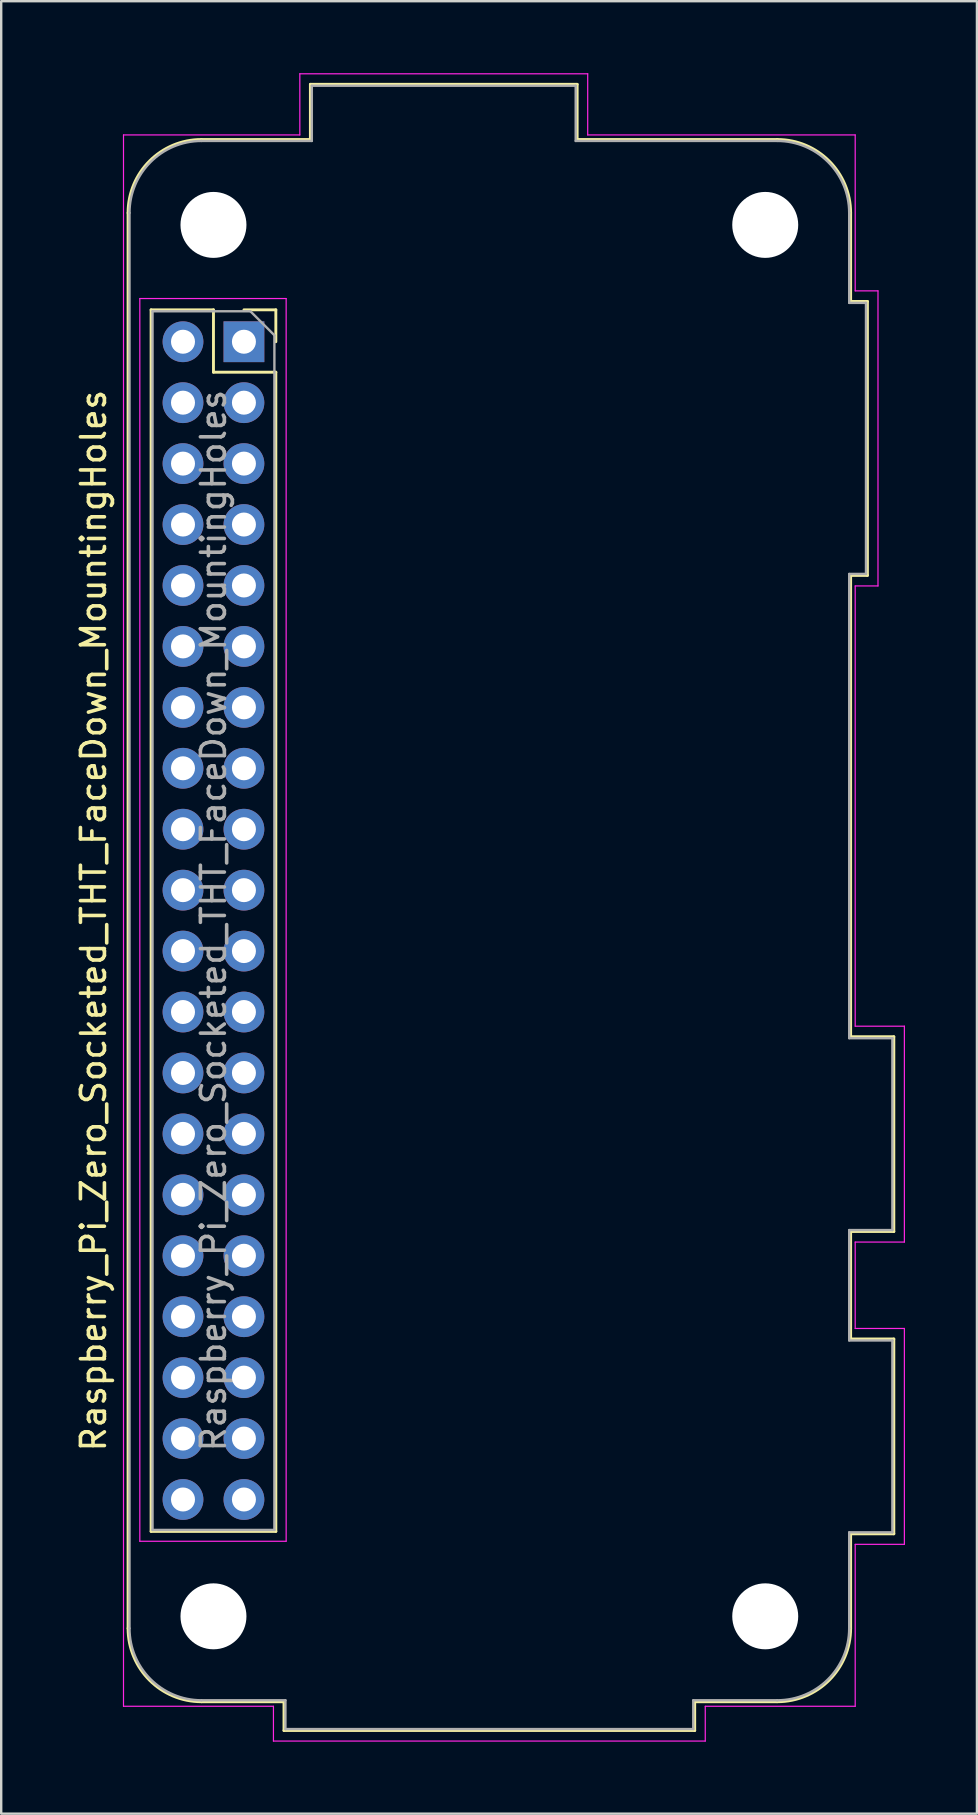
<source format=kicad_pcb>
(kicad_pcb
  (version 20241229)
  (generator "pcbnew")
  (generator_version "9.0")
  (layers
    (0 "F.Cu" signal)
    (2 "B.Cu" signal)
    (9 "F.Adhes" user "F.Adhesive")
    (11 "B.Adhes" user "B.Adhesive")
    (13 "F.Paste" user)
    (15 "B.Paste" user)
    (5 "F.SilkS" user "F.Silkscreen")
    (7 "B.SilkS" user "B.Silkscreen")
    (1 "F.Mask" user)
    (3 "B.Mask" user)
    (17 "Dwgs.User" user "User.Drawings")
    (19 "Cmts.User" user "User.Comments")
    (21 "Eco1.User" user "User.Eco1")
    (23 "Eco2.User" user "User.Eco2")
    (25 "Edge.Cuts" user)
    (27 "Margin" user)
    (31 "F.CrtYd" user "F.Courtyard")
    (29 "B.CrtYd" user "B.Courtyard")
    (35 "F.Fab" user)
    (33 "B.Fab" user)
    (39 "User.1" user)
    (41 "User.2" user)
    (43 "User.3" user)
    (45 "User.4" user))
  (footprint "Raspberry_Pi_Zero_Socketed_THT_FaceDown_MountingHoles"
    (layer "F.Cu")
    (at 7.118 11.195)
    (property "Reference" "Raspberry_Pi_Zero_Socketed_THT_FaceDown_MountingHoles" (at -6.27 24.13 90) (layer "F.SilkS") (effects (font (size 1 1) (thickness 0.15))))
    (attr through_hole)
    (fp_line (start -4.83 53.63) (end -4.83 -5.37) (stroke (width 0.12) (type solid)) (layer "F.SilkS"))
    (fp_line (start -3.87 -1.33) (end -3.87 49.59) (stroke (width 0.12) (type solid)) (layer "F.SilkS"))
    (fp_line (start -3.87 -1.33) (end -1.27 -1.33) (stroke (width 0.12) (type solid)) (layer "F.SilkS"))
    (fp_line (start -3.87 49.59) (end 1.33 49.59) (stroke (width 0.12) (type solid)) (layer "F.SilkS"))
    (fp_line (start -1.77 -8.43) (end 2.77 -8.43) (stroke (width 0.12) (type solid)) (layer "F.SilkS"))
    (fp_line (start -1.27 -1.33) (end -1.27 1.27) (stroke (width 0.12) (type solid)) (layer "F.SilkS"))
    (fp_line (start -1.27 1.27) (end 1.33 1.27) (stroke (width 0.12) (type solid)) (layer "F.SilkS"))
    (fp_line (start 0 -1.33) (end 1.33 -1.33) (stroke (width 0.12) (type solid)) (layer "F.SilkS"))
    (fp_line (start 1.33 -1.33) (end 1.33 0) (stroke (width 0.12) (type solid)) (layer "F.SilkS"))
    (fp_line (start 1.33 1.27) (end 1.33 49.59) (stroke (width 0.12) (type solid)) (layer "F.SilkS"))
    (fp_line (start 1.67 56.69) (end -1.77 56.69) (stroke (width 0.12) (type solid)) (layer "F.SilkS"))
    (fp_line (start 1.67 56.69) (end 1.67 57.89) (stroke (width 0.12) (type solid)) (layer "F.SilkS"))
    (fp_line (start 1.67 57.89) (end 18.79 57.89) (stroke (width 0.12) (type solid)) (layer "F.SilkS"))
    (fp_line (start 2.77 -8.43) (end 2.77 -10.73) (stroke (width 0.12) (type solid)) (layer "F.SilkS"))
    (fp_line (start 13.89 -10.73) (end 2.77 -10.73) (stroke (width 0.12) (type solid)) (layer "F.SilkS"))
    (fp_line (start 13.89 -8.43) (end 13.89 -10.73) (stroke (width 0.12) (type solid)) (layer "F.SilkS"))
    (fp_line (start 18.79 56.69) (end 22.23 56.69) (stroke (width 0.12) (type solid)) (layer "F.SilkS"))
    (fp_line (start 18.79 57.89) (end 18.79 56.69) (stroke (width 0.12) (type solid)) (layer "F.SilkS"))
    (fp_line (start 22.23 -8.43) (end 13.89 -8.43) (stroke (width 0.12) (type solid)) (layer "F.SilkS"))
    (fp_line (start 25.29 -1.68) (end 25.29 -5.37) (stroke (width 0.12) (type solid)) (layer "F.SilkS"))
    (fp_line (start 25.29 9.74) (end 25.99 9.74) (stroke (width 0.12) (type solid)) (layer "F.SilkS"))
    (fp_line (start 25.29 28.97) (end 25.29 9.74) (stroke (width 0.12) (type solid)) (layer "F.SilkS"))
    (fp_line (start 25.29 37.09) (end 27.09 37.09) (stroke (width 0.12) (type solid)) (layer "F.SilkS"))
    (fp_line (start 25.29 41.57) (end 25.29 37.09) (stroke (width 0.12) (type solid)) (layer "F.SilkS"))
    (fp_line (start 25.29 49.69) (end 27.09 49.69) (stroke (width 0.12) (type solid)) (layer "F.SilkS"))
    (fp_line (start 25.29 53.63) (end 25.29 49.69) (stroke (width 0.12) (type solid)) (layer "F.SilkS"))
    (fp_line (start 25.99 -1.68) (end 25.29 -1.68) (stroke (width 0.12) (type solid)) (layer "F.SilkS"))
    (fp_line (start 25.99 9.74) (end 25.99 -1.68) (stroke (width 0.12) (type solid)) (layer "F.SilkS"))
    (fp_line (start 27.09 28.97) (end 25.29 28.97) (stroke (width 0.12) (type solid)) (layer "F.SilkS"))
    (fp_line (start 27.09 37.09) (end 27.09 28.97) (stroke (width 0.12) (type solid)) (layer "F.SilkS"))
    (fp_line (start 27.09 41.57) (end 25.29 41.57) (stroke (width 0.12) (type solid)) (layer "F.SilkS"))
    (fp_line (start 27.09 49.69) (end 27.09 41.57) (stroke (width 0.12) (type solid)) (layer "F.SilkS"))
    (fp_arc (start -4.83 -5.37) (mid -3.933747 -7.533747) (end -1.77 -8.43) (stroke (width 0.12) (type solid)) (layer "F.SilkS"))
    (fp_arc (start -1.77 56.69) (mid -3.933747 55.793747) (end -4.83 53.63) (stroke (width 0.12) (type solid)) (layer "F.SilkS"))
    (fp_arc (start 22.23 -8.43) (mid 24.393747 -7.533747) (end 25.29 -5.37) (stroke (width 0.12) (type solid)) (layer "F.SilkS"))
    (fp_arc (start 25.29 53.63) (mid 24.393747 55.793747) (end 22.23 56.69) (stroke (width 0.12) (type solid)) (layer "F.SilkS"))
    (fp_line (start -5.02 -8.62) (end 2.33 -8.62) (stroke (width 0.05) (type solid)) (layer "F.CrtYd"))
    (fp_line (start -5.02 56.88) (end -5.02 -8.62) (stroke (width 0.05) (type solid)) (layer "F.CrtYd"))
    (fp_line (start -5.02 56.88) (end 1.23 56.88) (stroke (width 0.05) (type solid)) (layer "F.CrtYd"))
    (fp_line (start -4.34 -1.8) (end 1.76 -1.8) (stroke (width 0.05) (type solid)) (layer "F.CrtYd"))
    (fp_line (start -4.34 50) (end -4.34 -1.8) (stroke (width 0.05) (type solid)) (layer "F.CrtYd"))
    (fp_line (start 1.23 58.33) (end 1.23 56.88) (stroke (width 0.05) (type solid)) (layer "F.CrtYd"))
    (fp_line (start 1.76 -1.8) (end 1.76 50) (stroke (width 0.05) (type solid)) (layer "F.CrtYd"))
    (fp_line (start 1.76 50) (end -4.34 50) (stroke (width 0.05) (type solid)) (layer "F.CrtYd"))
    (fp_line (start 2.33 -8.62) (end 2.33 -11.17) (stroke (width 0.05) (type solid)) (layer "F.CrtYd"))
    (fp_line (start 14.33 -11.17) (end 2.33 -11.17) (stroke (width 0.05) (type solid)) (layer "F.CrtYd"))
    (fp_line (start 14.33 -8.62) (end 14.33 -11.17) (stroke (width 0.05) (type solid)) (layer "F.CrtYd"))
    (fp_line (start 19.23 56.88) (end 25.48 56.88) (stroke (width 0.05) (type solid)) (layer "F.CrtYd"))
    (fp_line (start 19.23 58.33) (end 1.23 58.33) (stroke (width 0.05) (type solid)) (layer "F.CrtYd"))
    (fp_line (start 19.23 58.33) (end 19.23 56.88) (stroke (width 0.05) (type solid)) (layer "F.CrtYd"))
    (fp_line (start 25.48 -8.62) (end 14.33 -8.62) (stroke (width 0.05) (type solid)) (layer "F.CrtYd"))
    (fp_line (start 25.48 -2.12) (end 25.48 -8.62) (stroke (width 0.05) (type solid)) (layer "F.CrtYd"))
    (fp_line (start 25.48 28.53) (end 25.48 10.18) (stroke (width 0.05) (type solid)) (layer "F.CrtYd"))
    (fp_line (start 25.48 37.53) (end 25.48 41.13) (stroke (width 0.05) (type solid)) (layer "F.CrtYd"))
    (fp_line (start 25.48 50.13) (end 25.48 56.88) (stroke (width 0.05) (type solid)) (layer "F.CrtYd"))
    (fp_line (start 26.43 -2.12) (end 25.48 -2.12) (stroke (width 0.05) (type solid)) (layer "F.CrtYd"))
    (fp_line (start 26.43 -2.12) (end 26.43 10.18) (stroke (width 0.05) (type solid)) (layer "F.CrtYd"))
    (fp_line (start 26.43 10.18) (end 25.48 10.18) (stroke (width 0.05) (type solid)) (layer "F.CrtYd"))
    (fp_line (start 27.53 28.53) (end 25.48 28.53) (stroke (width 0.05) (type solid)) (layer "F.CrtYd"))
    (fp_line (start 27.53 37.53) (end 25.48 37.53) (stroke (width 0.05) (type solid)) (layer "F.CrtYd"))
    (fp_line (start 27.53 37.53) (end 27.53 28.53) (stroke (width 0.05) (type solid)) (layer "F.CrtYd"))
    (fp_line (start 27.53 41.13) (end 25.48 41.13) (stroke (width 0.05) (type solid)) (layer "F.CrtYd"))
    (fp_line (start 27.53 50.13) (end 25.48 50.13) (stroke (width 0.05) (type solid)) (layer "F.CrtYd"))
    (fp_line (start 27.53 50.13) (end 27.53 41.13) (stroke (width 0.05) (type solid)) (layer "F.CrtYd"))
    (fp_line (start -4.77 53.63) (end -4.77 -5.37) (stroke (width 0.1) (type solid)) (layer "F.Fab"))
    (fp_line (start -3.81 -1.27) (end 0.27 -1.27) (stroke (width 0.1) (type solid)) (layer "F.Fab"))
    (fp_line (start -3.81 49.53) (end -3.81 -1.27) (stroke (width 0.1) (type solid)) (layer "F.Fab"))
    (fp_line (start -1.77 -8.37) (end 2.83 -8.37) (stroke (width 0.1) (type solid)) (layer "F.Fab"))
    (fp_line (start -1.77 56.63) (end 1.73 56.63) (stroke (width 0.1) (type solid)) (layer "F.Fab"))
    (fp_line (start 0.27 -1.27) (end 1.27 -0.27) (stroke (width 0.1) (type solid)) (layer "F.Fab"))
    (fp_line (start 1.27 -0.27) (end 1.27 49.53) (stroke (width 0.1) (type solid)) (layer "F.Fab"))
    (fp_line (start 1.27 49.53) (end -3.81 49.53) (stroke (width 0.1) (type solid)) (layer "F.Fab"))
    (fp_line (start 1.73 56.63) (end 1.73 57.83) (stroke (width 0.1) (type solid)) (layer "F.Fab"))
    (fp_line (start 1.73 57.83) (end 18.73 57.83) (stroke (width 0.1) (type solid)) (layer "F.Fab"))
    (fp_line (start 2.83 -8.37) (end 2.83 -10.67) (stroke (width 0.1) (type solid)) (layer "F.Fab"))
    (fp_line (start 13.83 -10.67) (end 2.83 -10.67) (stroke (width 0.1) (type solid)) (layer "F.Fab"))
    (fp_line (start 13.83 -10.67) (end 13.83 -8.37) (stroke (width 0.1) (type solid)) (layer "F.Fab"))
    (fp_line (start 13.83 -8.37) (end 22.23 -8.37) (stroke (width 0.1) (type solid)) (layer "F.Fab"))
    (fp_line (start 18.73 56.63) (end 18.73 57.83) (stroke (width 0.1) (type solid)) (layer "F.Fab"))
    (fp_line (start 22.23 56.63) (end 18.73 56.63) (stroke (width 0.1) (type solid)) (layer "F.Fab"))
    (fp_line (start 25.23 -1.62) (end 25.23 -5.37) (stroke (width 0.1) (type solid)) (layer "F.Fab"))
    (fp_line (start 25.23 -1.62) (end 25.93 -1.62) (stroke (width 0.1) (type solid)) (layer "F.Fab"))
    (fp_line (start 25.23 9.68) (end 25.93 9.68) (stroke (width 0.1) (type solid)) (layer "F.Fab"))
    (fp_line (start 25.23 29.03) (end 25.23 9.68) (stroke (width 0.1) (type solid)) (layer "F.Fab"))
    (fp_line (start 25.23 37.03) (end 27.03 37.03) (stroke (width 0.1) (type solid)) (layer "F.Fab"))
    (fp_line (start 25.23 41.63) (end 25.23 37.03) (stroke (width 0.1) (type solid)) (layer "F.Fab"))
    (fp_line (start 25.23 49.63) (end 25.23 53.63) (stroke (width 0.1) (type solid)) (layer "F.Fab"))
    (fp_line (start 25.23 49.63) (end 27.03 49.63) (stroke (width 0.1) (type solid)) (layer "F.Fab"))
    (fp_line (start 25.93 9.68) (end 25.93 -1.62) (stroke (width 0.1) (type solid)) (layer "F.Fab"))
    (fp_line (start 27.03 29.03) (end 25.23 29.03) (stroke (width 0.1) (type solid)) (layer "F.Fab"))
    (fp_line (start 27.03 37.03) (end 27.03 29.03) (stroke (width 0.1) (type solid)) (layer "F.Fab"))
    (fp_line (start 27.03 41.63) (end 25.23 41.63) (stroke (width 0.1) (type solid)) (layer "F.Fab"))
    (fp_line (start 27.03 49.63) (end 27.03 41.63) (stroke (width 0.1) (type solid)) (layer "F.Fab"))
    (fp_arc (start -4.77 -5.37) (mid -3.89132 -7.49132) (end -1.77 -8.37) (stroke (width 0.1) (type solid)) (layer "F.Fab"))
    (fp_arc (start -1.77 56.63) (mid -3.89132 55.75132) (end -4.77 53.63) (stroke (width 0.1) (type solid)) (layer "F.Fab"))
    (fp_arc (start 22.23 -8.37) (mid 24.35132 -7.49132) (end 25.23 -5.37) (stroke (width 0.1) (type solid)) (layer "F.Fab"))
    (fp_arc (start 25.23 53.63) (mid 24.35132 55.75132) (end 22.23 56.63) (stroke (width 0.1) (type solid)) (layer "F.Fab"))
    (fp_text user "${REFERENCE}" (at -1.27 24.13 90) (layer "F.Fab") (effects (font (size 1 1) (thickness 0.15))))
    (pad "" np_thru_hole circle (at -1.27 -4.87 90) (size 2.75 2.75) (drill 2.75) (layers "*.Cu" "*.Mask"))
    (pad "" np_thru_hole circle (at -1.27 53.13 90) (size 2.75 2.75) (drill 2.75) (layers "*.Cu" "*.Mask"))
    (pad "" np_thru_hole circle (at 21.73 -4.87 90) (size 2.75 2.75) (drill 2.75) (layers "*.Cu" "*.Mask"))
    (pad "" np_thru_hole circle (at 21.73 53.13 90) (size 2.75 2.75) (drill 2.75) (layers "*.Cu" "*.Mask"))
    (pad "1" thru_hole rect (at 0 0) (size 1.7 1.7) (drill 1) (layers "*.Cu" "*.Mask"))
    (pad "2" thru_hole oval (at -2.54 0) (size 1.7 1.7) (drill 1) (layers "*.Cu" "*.Mask"))
    (pad "3" thru_hole oval (at 0 2.54) (size 1.7 1.7) (drill 1) (layers "*.Cu" "*.Mask"))
    (pad "4" thru_hole oval (at -2.54 2.54) (size 1.7 1.7) (drill 1) (layers "*.Cu" "*.Mask"))
    (pad "5" thru_hole oval (at 0 5.08) (size 1.7 1.7) (drill 1) (layers "*.Cu" "*.Mask"))
    (pad "6" thru_hole oval (at -2.54 5.08) (size 1.7 1.7) (drill 1) (layers "*.Cu" "*.Mask"))
    (pad "7" thru_hole oval (at 0 7.62) (size 1.7 1.7) (drill 1) (layers "*.Cu" "*.Mask"))
    (pad "8" thru_hole oval (at -2.54 7.62) (size 1.7 1.7) (drill 1) (layers "*.Cu" "*.Mask"))
    (pad "9" thru_hole oval (at 0 10.16) (size 1.7 1.7) (drill 1) (layers "*.Cu" "*.Mask"))
    (pad "10" thru_hole oval (at -2.54 10.16) (size 1.7 1.7) (drill 1) (layers "*.Cu" "*.Mask"))
    (pad "11" thru_hole oval (at 0 12.7) (size 1.7 1.7) (drill 1) (layers "*.Cu" "*.Mask"))
    (pad "12" thru_hole oval (at -2.54 12.7) (size 1.7 1.7) (drill 1) (layers "*.Cu" "*.Mask"))
    (pad "13" thru_hole oval (at 0 15.24) (size 1.7 1.7) (drill 1) (layers "*.Cu" "*.Mask"))
    (pad "14" thru_hole oval (at -2.54 15.24) (size 1.7 1.7) (drill 1) (layers "*.Cu" "*.Mask"))
    (pad "15" thru_hole oval (at 0 17.78) (size 1.7 1.7) (drill 1) (layers "*.Cu" "*.Mask"))
    (pad "16" thru_hole oval (at -2.54 17.78) (size 1.7 1.7) (drill 1) (layers "*.Cu" "*.Mask"))
    (pad "17" thru_hole oval (at 0 20.32) (size 1.7 1.7) (drill 1) (layers "*.Cu" "*.Mask"))
    (pad "18" thru_hole oval (at -2.54 20.32) (size 1.7 1.7) (drill 1) (layers "*.Cu" "*.Mask"))
    (pad "19" thru_hole oval (at 0 22.86) (size 1.7 1.7) (drill 1) (layers "*.Cu" "*.Mask"))
    (pad "20" thru_hole oval (at -2.54 22.86) (size 1.7 1.7) (drill 1) (layers "*.Cu" "*.Mask"))
    (pad "21" thru_hole oval (at 0 25.4) (size 1.7 1.7) (drill 1) (layers "*.Cu" "*.Mask"))
    (pad "22" thru_hole oval (at -2.54 25.4) (size 1.7 1.7) (drill 1) (layers "*.Cu" "*.Mask"))
    (pad "23" thru_hole oval (at 0 27.94) (size 1.7 1.7) (drill 1) (layers "*.Cu" "*.Mask"))
    (pad "24" thru_hole oval (at -2.54 27.94) (size 1.7 1.7) (drill 1) (layers "*.Cu" "*.Mask"))
    (pad "25" thru_hole oval (at 0 30.48) (size 1.7 1.7) (drill 1) (layers "*.Cu" "*.Mask"))
    (pad "26" thru_hole oval (at -2.54 30.48) (size 1.7 1.7) (drill 1) (layers "*.Cu" "*.Mask"))
    (pad "27" thru_hole oval (at 0 33.02) (size 1.7 1.7) (drill 1) (layers "*.Cu" "*.Mask"))
    (pad "28" thru_hole oval (at -2.54 33.02) (size 1.7 1.7) (drill 1) (layers "*.Cu" "*.Mask"))
    (pad "29" thru_hole oval (at 0 35.56) (size 1.7 1.7) (drill 1) (layers "*.Cu" "*.Mask"))
    (pad "30" thru_hole oval (at -2.54 35.56) (size 1.7 1.7) (drill 1) (layers "*.Cu" "*.Mask"))
    (pad "31" thru_hole oval (at 0 38.1) (size 1.7 1.7) (drill 1) (layers "*.Cu" "*.Mask"))
    (pad "32" thru_hole oval (at -2.54 38.1) (size 1.7 1.7) (drill 1) (layers "*.Cu" "*.Mask"))
    (pad "33" thru_hole oval (at 0 40.64) (size 1.7 1.7) (drill 1) (layers "*.Cu" "*.Mask"))
    (pad "34" thru_hole oval (at -2.54 40.64) (size 1.7 1.7) (drill 1) (layers "*.Cu" "*.Mask"))
    (pad "35" thru_hole oval (at 0 43.18) (size 1.7 1.7) (drill 1) (layers "*.Cu" "*.Mask"))
    (pad "36" thru_hole oval (at -2.54 43.18) (size 1.7 1.7) (drill 1) (layers "*.Cu" "*.Mask"))
    (pad "37" thru_hole oval (at 0 45.72) (size 1.7 1.7) (drill 1) (layers "*.Cu" "*.Mask"))
    (pad "38" thru_hole oval (at -2.54 45.72) (size 1.7 1.7) (drill 1) (layers "*.Cu" "*.Mask"))
    (pad "39" thru_hole oval (at 0 48.26) (size 1.7 1.7) (drill 1) (layers "*.Cu" "*.Mask"))
    (pad "40" thru_hole oval (at -2.54 48.26) (size 1.7 1.7) (drill 1) (layers "*.Cu" "*.Mask")))
  (gr_rect
    (start -3 -3)
    (end 37.673 72.55)
    (stroke (width 0.1) (type default))
    (fill no)
    (layer "Edge.Cuts")))
</source>
